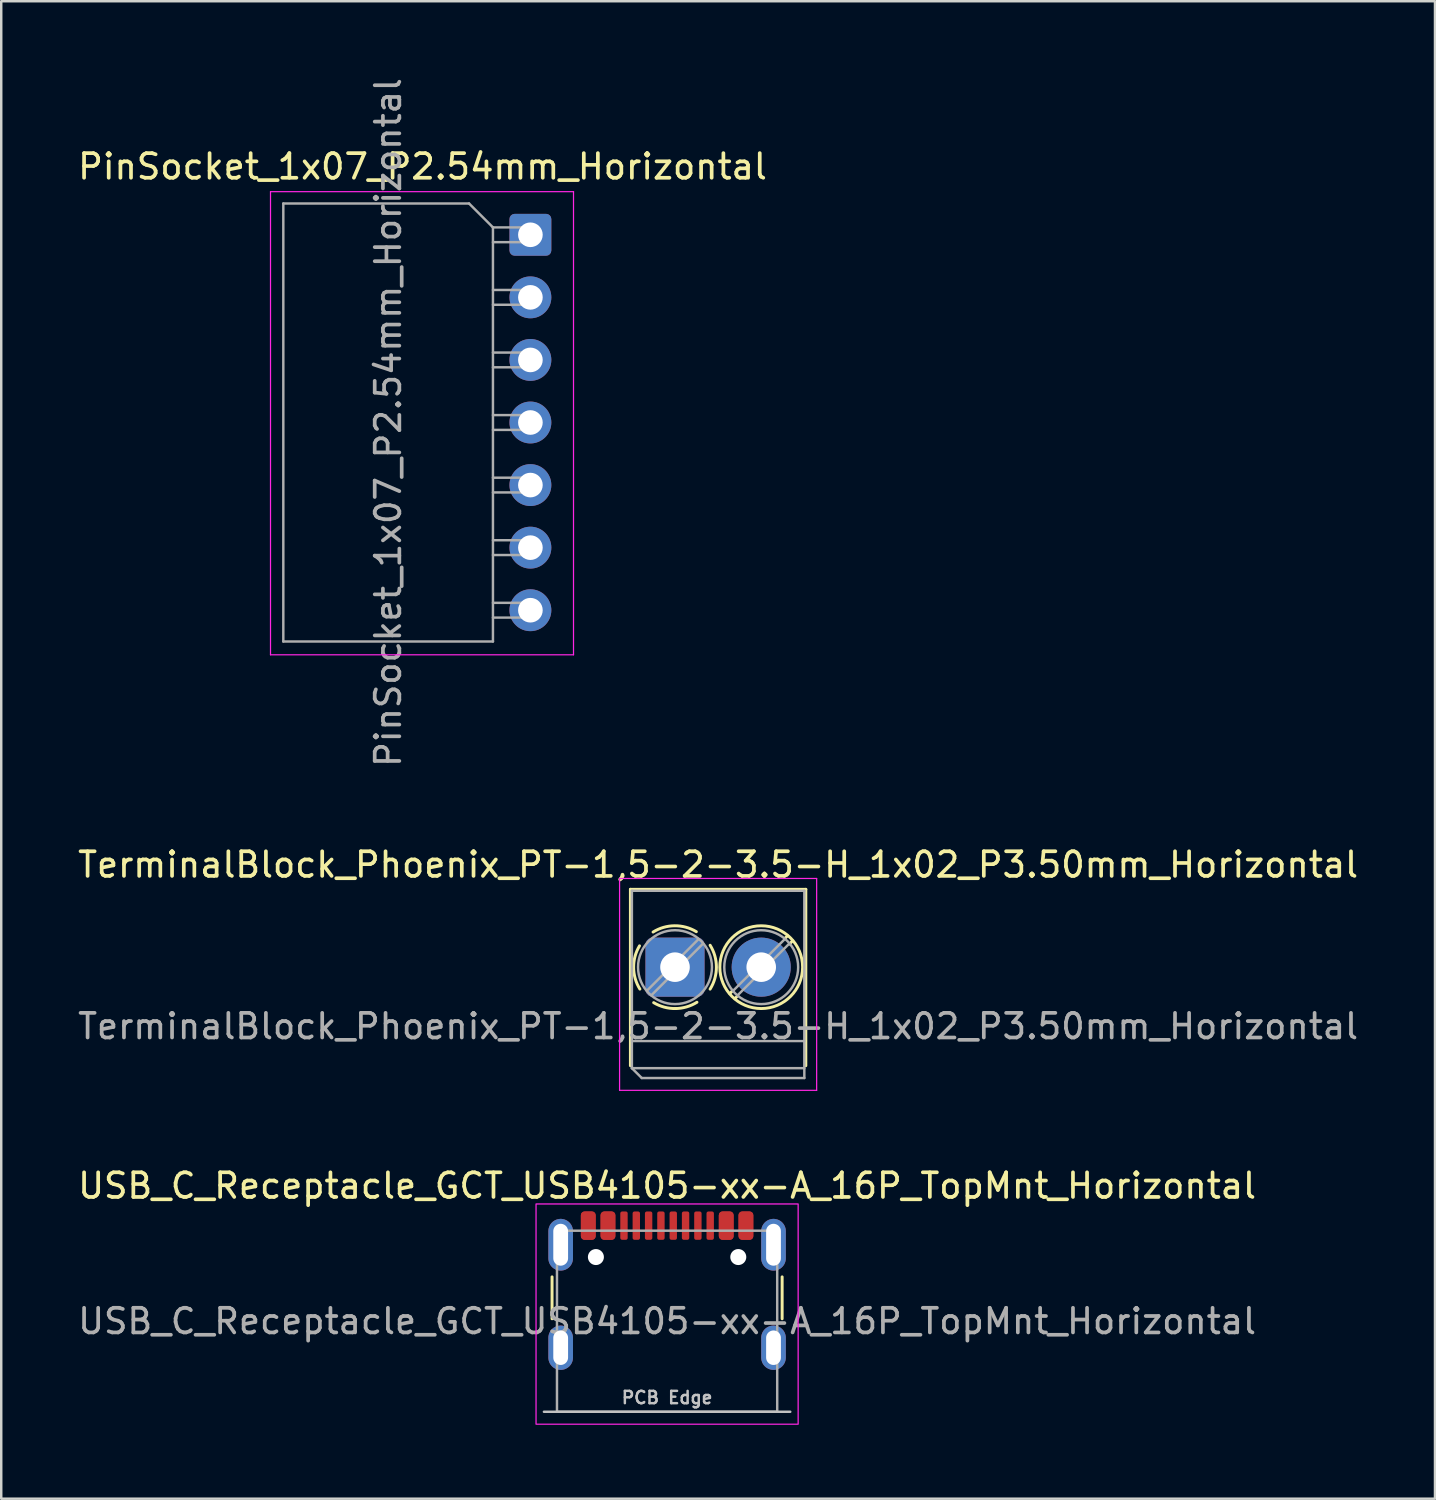
<source format=kicad_pcb>
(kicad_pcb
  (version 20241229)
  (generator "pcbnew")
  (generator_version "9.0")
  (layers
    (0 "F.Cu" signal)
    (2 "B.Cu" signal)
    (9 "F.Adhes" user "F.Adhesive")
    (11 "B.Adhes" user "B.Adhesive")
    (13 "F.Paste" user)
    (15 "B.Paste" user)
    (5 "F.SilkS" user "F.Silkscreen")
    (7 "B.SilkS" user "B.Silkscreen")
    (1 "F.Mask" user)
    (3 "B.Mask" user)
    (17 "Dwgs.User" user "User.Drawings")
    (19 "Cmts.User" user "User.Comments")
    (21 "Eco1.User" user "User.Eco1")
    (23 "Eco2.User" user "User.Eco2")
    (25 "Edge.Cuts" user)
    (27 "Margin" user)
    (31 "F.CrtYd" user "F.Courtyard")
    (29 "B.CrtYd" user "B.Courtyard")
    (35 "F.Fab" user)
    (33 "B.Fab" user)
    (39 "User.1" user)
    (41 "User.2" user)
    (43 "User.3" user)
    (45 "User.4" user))
  (footprint "PinSocket_1x07_P2.54mm_Horizontal"
    (layer "F.Cu")
    (at 18.481 6.481)
    (property "Reference" "PinSocket_1x07_P2.54mm_Horizontal" (at -4.38 -2.77 0) (layer "F.SilkS") (effects (font (size 1 1) (thickness 0.15))))
    (attr through_hole)
    (fp_line (start -10.55 -1.75) (end -10.55 17.05) (stroke (width 0.05) (type solid)) (layer "F.CrtYd"))
    (fp_line (start -10.55 17.05) (end 1.75 17.05) (stroke (width 0.05) (type solid)) (layer "F.CrtYd"))
    (fp_line (start 1.75 -1.75) (end -10.55 -1.75) (stroke (width 0.05) (type solid)) (layer "F.CrtYd"))
    (fp_line (start 1.75 17.05) (end 1.75 -1.75) (stroke (width 0.05) (type solid)) (layer "F.CrtYd"))
    (fp_line (start -10.03 -1.27) (end -2.49 -1.27) (stroke (width 0.1) (type solid)) (layer "F.Fab"))
    (fp_line (start -10.03 16.51) (end -10.03 -1.27) (stroke (width 0.1) (type solid)) (layer "F.Fab"))
    (fp_line (start -2.49 -1.27) (end -1.52 -0.3) (stroke (width 0.1) (type solid)) (layer "F.Fab"))
    (fp_line (start -1.52 -0.3) (end -1.52 16.51) (stroke (width 0.1) (type solid)) (layer "F.Fab"))
    (fp_line (start -1.52 0.3) (end 0 0.3) (stroke (width 0.1) (type solid)) (layer "F.Fab"))
    (fp_line (start -1.52 2.84) (end 0 2.84) (stroke (width 0.1) (type solid)) (layer "F.Fab"))
    (fp_line (start -1.52 5.38) (end 0 5.38) (stroke (width 0.1) (type solid)) (layer "F.Fab"))
    (fp_line (start -1.52 7.92) (end 0 7.92) (stroke (width 0.1) (type solid)) (layer "F.Fab"))
    (fp_line (start -1.52 10.46) (end 0 10.46) (stroke (width 0.1) (type solid)) (layer "F.Fab"))
    (fp_line (start -1.52 13) (end 0 13) (stroke (width 0.1) (type solid)) (layer "F.Fab"))
    (fp_line (start -1.52 15.54) (end 0 15.54) (stroke (width 0.1) (type solid)) (layer "F.Fab"))
    (fp_line (start -1.52 16.51) (end -10.03 16.51) (stroke (width 0.1) (type solid)) (layer "F.Fab"))
    (fp_line (start 0 -0.3) (end -1.52 -0.3) (stroke (width 0.1) (type solid)) (layer "F.Fab"))
    (fp_line (start 0 0.3) (end 0 -0.3) (stroke (width 0.1) (type solid)) (layer "F.Fab"))
    (fp_line (start 0 2.24) (end -1.52 2.24) (stroke (width 0.1) (type solid)) (layer "F.Fab"))
    (fp_line (start 0 2.84) (end 0 2.24) (stroke (width 0.1) (type solid)) (layer "F.Fab"))
    (fp_line (start 0 4.78) (end -1.52 4.78) (stroke (width 0.1) (type solid)) (layer "F.Fab"))
    (fp_line (start 0 5.38) (end 0 4.78) (stroke (width 0.1) (type solid)) (layer "F.Fab"))
    (fp_line (start 0 7.32) (end -1.52 7.32) (stroke (width 0.1) (type solid)) (layer "F.Fab"))
    (fp_line (start 0 7.92) (end 0 7.32) (stroke (width 0.1) (type solid)) (layer "F.Fab"))
    (fp_line (start 0 9.86) (end -1.52 9.86) (stroke (width 0.1) (type solid)) (layer "F.Fab"))
    (fp_line (start 0 10.46) (end 0 9.86) (stroke (width 0.1) (type solid)) (layer "F.Fab"))
    (fp_line (start 0 12.4) (end -1.52 12.4) (stroke (width 0.1) (type solid)) (layer "F.Fab"))
    (fp_line (start 0 13) (end 0 12.4) (stroke (width 0.1) (type solid)) (layer "F.Fab"))
    (fp_line (start 0 14.94) (end -1.52 14.94) (stroke (width 0.1) (type solid)) (layer "F.Fab"))
    (fp_line (start 0 15.54) (end 0 14.94) (stroke (width 0.1) (type solid)) (layer "F.Fab"))
    (fp_text user "${REFERENCE}" (at -5.775 7.62 90) (layer "F.Fab") (effects (font (size 1 1) (thickness 0.15))))
    (pad "1" thru_hole roundrect (at 0 0) (size 1.7 1.7) (drill 1) (layers "*.Cu" "*.Mask") (roundrect_rratio 0.125))
    (pad "2" thru_hole oval (at 0 2.54) (size 1.7 1.7) (drill 1) (layers "*.Cu" "*.Mask"))
    (pad "3" thru_hole oval (at 0 5.08) (size 1.7 1.7) (drill 1) (layers "*.Cu" "*.Mask"))
    (pad "4" thru_hole oval (at 0 7.62) (size 1.7 1.7) (drill 1) (layers "*.Cu" "*.Mask"))
    (pad "5" thru_hole oval (at 0 10.16) (size 1.7 1.7) (drill 1) (layers "*.Cu" "*.Mask"))
    (pad "6" thru_hole oval (at 0 12.7) (size 1.7 1.7) (drill 1) (layers "*.Cu" "*.Mask"))
    (pad "7" thru_hole oval (at 0 15.24) (size 1.7 1.7) (drill 1) (layers "*.Cu" "*.Mask")))
  (footprint "TerminalBlock_Phoenix_PT-1,5-2-3.5-H_1x02_P3.50mm_Horizontal"
    (layer "F.Cu")
    (at 24.351 36.211)
    (property "Reference" "TerminalBlock_Phoenix_PT-1,5-2-3.5-H_1x02_P3.50mm_Horizontal" (at 1.75 -4.16 0) (layer "F.SilkS") (effects (font (size 1 1) (thickness 0.15))))
    (attr through_hole)
    (fp_line (start -1.81 -3.16) (end -1.81 4) (stroke (width 0.12) (type solid)) (layer "F.SilkS"))
    (fp_line (start -1.81 -3.16) (end 5.31 -3.16) (stroke (width 0.12) (type solid)) (layer "F.SilkS"))
    (fp_line (start 2.355 0.941) (end 2.226 1.069) (stroke (width 0.12) (type solid)) (layer "F.SilkS"))
    (fp_line (start 2.525 1.181) (end 2.431 1.274) (stroke (width 0.12) (type solid)) (layer "F.SilkS"))
    (fp_line (start 4.57 -1.275) (end 4.476 -1.181) (stroke (width 0.12) (type solid)) (layer "F.SilkS"))
    (fp_line (start 4.775 -1.069) (end 4.646 -0.941) (stroke (width 0.12) (type solid)) (layer "F.SilkS"))
    (fp_line (start 5.31 -3.16) (end 5.31 4) (stroke (width 0.12) (type solid)) (layer "F.SilkS"))
    (fp_arc (start -1.425358 0.889894) (mid -1.680286 0.014012) (end -1.44 -0.866) (stroke (width 0.12) (type solid)) (layer "F.SilkS"))
    (fp_arc (start -0.889894 -1.425358) (mid -0.014012 -1.680286) (end 0.866 -1.44) (stroke (width 0.12) (type solid)) (layer "F.SilkS"))
    (fp_arc (start 0.028674 1.680099) (mid -0.435535 1.622918) (end -0.866 1.44) (stroke (width 0.12) (type solid)) (layer "F.SilkS"))
    (fp_arc (start 0.890264 1.424721) (mid 0.463071 1.61492) (end 0 1.68) (stroke (width 0.12) (type solid)) (layer "F.SilkS"))
    (fp_arc (start 1.425504 -0.890193) (mid 1.680626 0.000476) (end 1.425 0.891) (stroke (width 0.12) (type solid)) (layer "F.SilkS"))
    (fp_circle (center 3.5 0) (end 5.18 0) (stroke (width 0.12) (type solid)) (fill no) (layer "F.SilkS"))
    (fp_line (start -2.25 -3.6) (end -2.25 5) (stroke (width 0.05) (type solid)) (layer "F.CrtYd"))
    (fp_line (start -2.25 5) (end 5.75 5) (stroke (width 0.05) (type solid)) (layer "F.CrtYd"))
    (fp_line (start 5.75 -3.6) (end -2.25 -3.6) (stroke (width 0.05) (type solid)) (layer "F.CrtYd"))
    (fp_line (start 5.75 5) (end 5.75 -3.6) (stroke (width 0.05) (type solid)) (layer "F.CrtYd"))
    (fp_line (start -1.75 -3.1) (end 5.25 -3.1) (stroke (width 0.1) (type solid)) (layer "F.Fab"))
    (fp_line (start -1.75 3) (end 5.25 3) (stroke (width 0.1) (type solid)) (layer "F.Fab"))
    (fp_line (start -1.75 4.1) (end -1.75 -3.1) (stroke (width 0.1) (type solid)) (layer "F.Fab"))
    (fp_line (start -1.75 4.1) (end 5.25 4.1) (stroke (width 0.1) (type solid)) (layer "F.Fab"))
    (fp_line (start -1.35 4.5) (end -1.75 4.1) (stroke (width 0.1) (type solid)) (layer "F.Fab"))
    (fp_line (start 0.955 -1.138) (end -1.138 0.955) (stroke (width 0.1) (type solid)) (layer "F.Fab"))
    (fp_line (start 1.138 -0.955) (end -0.955 1.138) (stroke (width 0.1) (type solid)) (layer "F.Fab"))
    (fp_line (start 4.455 -1.138) (end 2.363 0.955) (stroke (width 0.1) (type solid)) (layer "F.Fab"))
    (fp_line (start 4.638 -0.955) (end 2.546 1.138) (stroke (width 0.1) (type solid)) (layer "F.Fab"))
    (fp_line (start 5.25 -3.1) (end 5.25 4.5) (stroke (width 0.1) (type solid)) (layer "F.Fab"))
    (fp_line (start 5.25 4.5) (end -1.35 4.5) (stroke (width 0.1) (type solid)) (layer "F.Fab"))
    (fp_circle (center 0 0) (end 1.5 0) (stroke (width 0.1) (type solid)) (fill no) (layer "F.Fab"))
    (fp_circle (center 3.5 0) (end 5 0) (stroke (width 0.1) (type solid)) (fill no) (layer "F.Fab"))
    (fp_text user "${REFERENCE}" (at 1.75 2.4 0) (layer "F.Fab") (effects (font (size 1 1) (thickness 0.15))))
    (pad "1" thru_hole roundrect (at 0 0) (size 2.4 2.4) (drill 1.2) (layers "*.Cu" "*.Mask") (roundrect_rratio 0.125))
    (pad "2" thru_hole circle (at 3.5 0) (size 2.4 2.4) (drill 1.2) (layers "*.Cu" "*.Mask")))
  (footprint "USB_C_Receptacle_GCT_USB4105-xx-A_16P_TopMnt_Horizontal"
    (layer "F.Cu")
    (at 24.03 50.584)
    (property "Reference" "USB_C_Receptacle_GCT_USB4105-xx-A_16P_TopMnt_Horizontal" (at 0 -5.5 0) (unlocked yes) (layer "F.SilkS") (effects (font (size 1 1) (thickness 0.15))))
    (attr through_hole)
    (fp_line (start -4.67 -0.1) (end -4.67 -1.8) (stroke (width 0.12) (type solid)) (layer "F.SilkS"))
    (fp_line (start 4.67 -0.1) (end 4.67 -1.8) (stroke (width 0.12) (type solid)) (layer "F.SilkS"))
    (fp_line (start 5 3.675) (end -5 3.675) (stroke (width 0.1) (type solid)) (layer "Dwgs.User"))
    (fp_rect (start -5.32 -4.76) (end 5.32 4.18) (stroke (width 0.05) (type solid)) (fill no) (layer "F.CrtYd"))
    (fp_rect (start -4.47 -3.675) (end 4.47 3.675) (stroke (width 0.1) (type solid)) (fill no) (layer "F.Fab"))
    (fp_text user "PCB Edge" (at 0 3.1 0) (unlocked yes) (layer "Dwgs.User") (effects (font (size 0.5 0.5) (thickness 0.1))))
    (fp_text user "${REFERENCE}" (at 0 0 0) (unlocked yes) (layer "F.Fab") (effects (font (size 1 1) (thickness 0.15))))
    (pad "" np_thru_hole circle (at -2.89 -2.605) (size 0.65 0.65) (drill 0.65) (layers "*.Cu" "*.Mask"))
    (pad "" np_thru_hole circle (at 2.89 -2.605) (size 0.65 0.65) (drill 0.65) (layers "*.Cu" "*.Mask"))
    (pad "A1" smd roundrect (at -3.2 -3.88) (size 0.6 1.15) (layers "F.Cu" "F.Mask" "F.Paste") (roundrect_rratio 0.25))
    (pad "A4" smd roundrect (at -2.4 -3.88) (size 0.6 1.15) (layers "F.Cu" "F.Mask" "F.Paste") (roundrect_rratio 0.25))
    (pad "A5" smd roundrect (at -1.25 -3.88) (size 0.3 1.15) (layers "F.Cu" "F.Mask" "F.Paste") (roundrect_rratio 0.25))
    (pad "A6" smd roundrect (at -0.25 -3.88) (size 0.3 1.15) (layers "F.Cu" "F.Mask" "F.Paste") (roundrect_rratio 0.25))
    (pad "A7" smd roundrect (at 0.25 -3.88) (size 0.3 1.15) (layers "F.Cu" "F.Mask" "F.Paste") (roundrect_rratio 0.25))
    (pad "A8" smd roundrect (at 1.25 -3.88) (size 0.3 1.15) (layers "F.Cu" "F.Mask" "F.Paste") (roundrect_rratio 0.25))
    (pad "A9" smd roundrect (at 2.4 -3.88) (size 0.6 1.15) (layers "F.Cu" "F.Mask" "F.Paste") (roundrect_rratio 0.25))
    (pad "A12" smd roundrect (at 3.2 -3.88) (size 0.6 1.15) (layers "F.Cu" "F.Mask" "F.Paste") (roundrect_rratio 0.25))
    (pad "B1" smd roundrect (at 3.2 -3.88) (size 0.6 1.15) (layers "F.Cu" "F.Mask" "F.Paste") (roundrect_rratio 0.25))
    (pad "B4" smd roundrect (at 2.4 -3.88) (size 0.6 1.15) (layers "F.Cu" "F.Mask" "F.Paste") (roundrect_rratio 0.25))
    (pad "B5" smd roundrect (at 1.75 -3.88) (size 0.3 1.15) (layers "F.Cu" "F.Mask" "F.Paste") (roundrect_rratio 0.25))
    (pad "B6" smd roundrect (at 0.75 -3.88) (size 0.3 1.15) (layers "F.Cu" "F.Mask" "F.Paste") (roundrect_rratio 0.25))
    (pad "B7" smd roundrect (at -0.75 -3.88) (size 0.3 1.15) (layers "F.Cu" "F.Mask" "F.Paste") (roundrect_rratio 0.25))
    (pad "B8" smd roundrect (at -1.75 -3.88) (size 0.3 1.15) (layers "F.Cu" "F.Mask" "F.Paste") (roundrect_rratio 0.25))
    (pad "B9" smd roundrect (at -2.4 -3.88) (size 0.6 1.15) (layers "F.Cu" "F.Mask" "F.Paste") (roundrect_rratio 0.25))
    (pad "B12" smd roundrect (at -3.2 -3.88) (size 0.6 1.15) (layers "F.Cu" "F.Mask" "F.Paste") (roundrect_rratio 0.25))
    (pad "S1" thru_hole oval (at -4.32 -3.105) (size 1 2.1) (drill oval 0.6 1.7) (layers "*.Cu" "*.Mask" "F.Paste"))
    (pad "S1" thru_hole oval (at -4.32 1.075) (size 1 1.8) (drill oval 0.6 1.4) (layers "*.Cu" "*.Mask" "F.Paste"))
    (pad "S1" thru_hole oval (at 4.32 -3.105) (size 1 2.1) (drill oval 0.6 1.7) (layers "*.Cu" "*.Mask" "F.Paste"))
    (pad "S1" thru_hole oval (at 4.32 1.075) (size 1 1.8) (drill oval 0.6 1.4) (layers "*.Cu" "*.Mask" "F.Paste")))
  (gr_rect
    (start -3 -3)
    (end 55.202 57.789)
    (stroke (width 0.1) (type default))
    (fill no)
    (layer "Edge.Cuts")))
</source>
